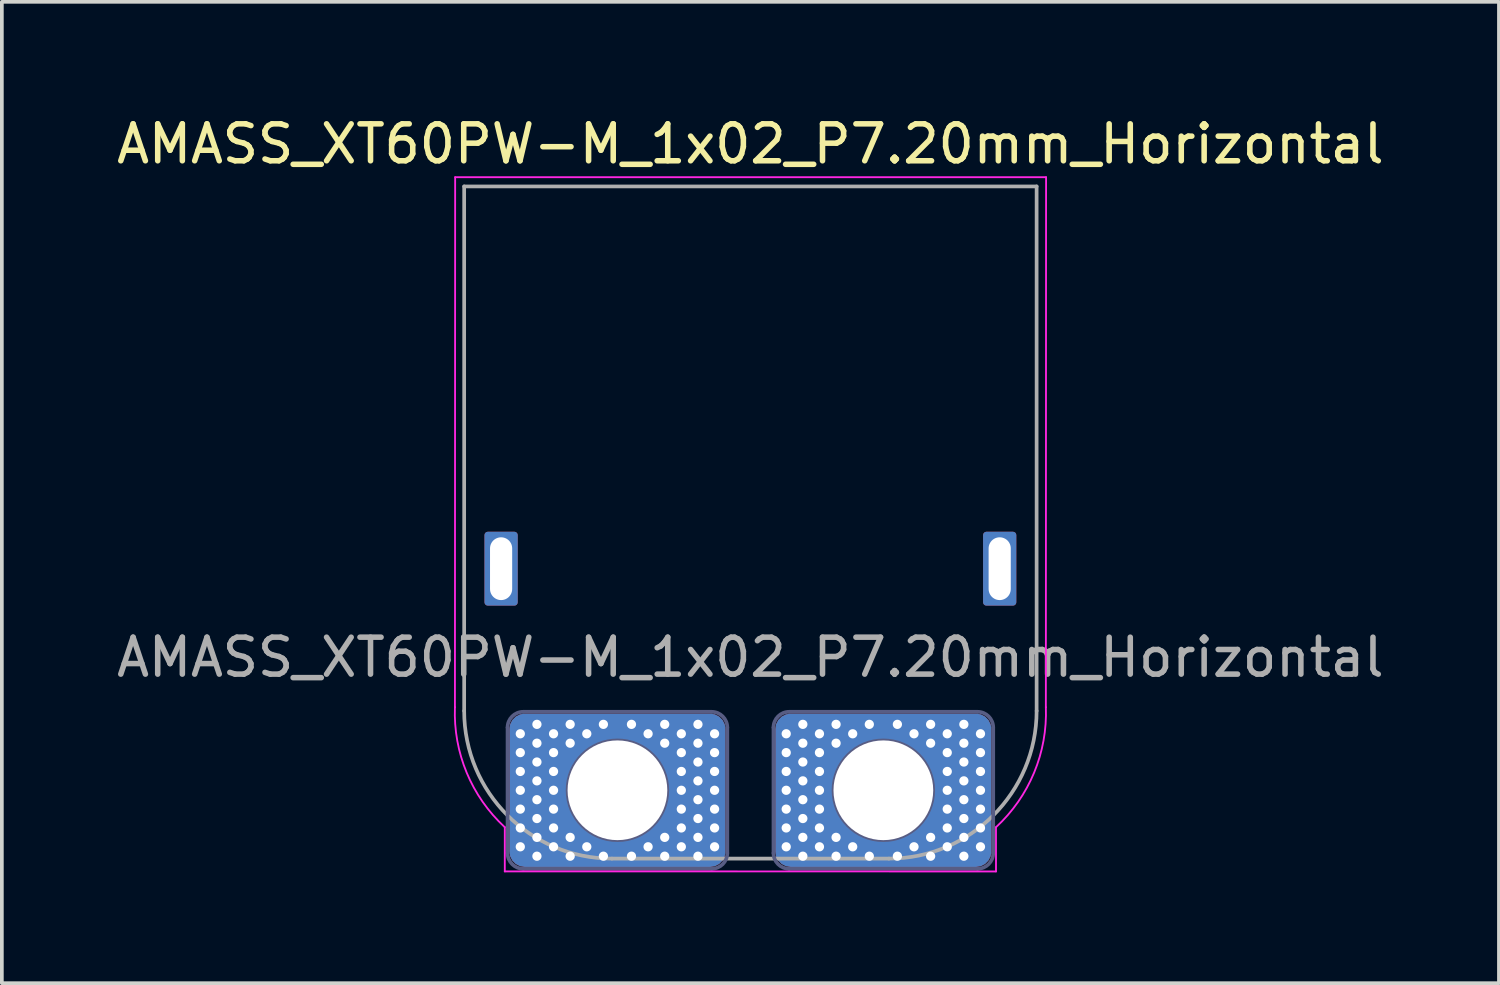
<source format=kicad_pcb>
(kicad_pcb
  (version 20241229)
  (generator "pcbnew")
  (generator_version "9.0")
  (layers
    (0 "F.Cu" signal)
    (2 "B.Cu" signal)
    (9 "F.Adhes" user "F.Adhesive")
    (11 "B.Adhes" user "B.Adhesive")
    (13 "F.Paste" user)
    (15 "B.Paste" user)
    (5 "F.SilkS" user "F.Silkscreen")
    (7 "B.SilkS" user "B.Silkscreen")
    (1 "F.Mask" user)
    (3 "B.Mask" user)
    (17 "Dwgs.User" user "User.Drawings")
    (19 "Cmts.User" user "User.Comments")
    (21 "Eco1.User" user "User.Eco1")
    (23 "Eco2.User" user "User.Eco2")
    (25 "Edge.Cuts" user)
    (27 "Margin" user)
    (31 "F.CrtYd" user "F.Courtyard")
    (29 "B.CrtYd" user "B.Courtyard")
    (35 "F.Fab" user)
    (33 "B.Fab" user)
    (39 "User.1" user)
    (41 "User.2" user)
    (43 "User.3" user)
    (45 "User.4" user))
  (footprint "AMASS_XT60PW-M_1x02_P7.20mm_Horizontal"
    (layer "F.Cu")
    (at 13.668 18.348)
    (property "Reference" "AMASS_XT60PW-M_1x02_P7.20mm_Horizontal" (at 3.6 -17.5 0) (layer "F.SilkS") (effects (font (size 1 1) (thickness 0.15))))
    (attr through_hole)
    (fp_line (start -4.394 -16.6) (end -4.4 -2.25) (stroke (width 0.05) (type solid)) (layer "F.CrtYd"))
    (fp_line (start -4.394 -16.6) (end 11.606 -16.6) (stroke (width 0.05) (type solid)) (layer "F.CrtYd"))
    (fp_line (start -3.05 1) (end -3.05 2.198) (stroke (width 0.05) (type solid)) (layer "F.CrtYd"))
    (fp_line (start 10.25 1) (end 10.25 2.198) (stroke (width 0.05) (type solid)) (layer "F.CrtYd"))
    (fp_line (start 10.25 2.198) (end -3.05 2.196) (stroke (width 0.05) (type solid)) (layer "F.CrtYd"))
    (fp_line (start 11.606 -16.6) (end 11.6 -2.25) (stroke (width 0.05) (type solid)) (layer "F.CrtYd"))
    (fp_arc (start -3.05 1) (mid -4.081743 -0.476815) (end -4.4 -2.25) (stroke (width 0.05) (type solid)) (layer "F.CrtYd"))
    (fp_arc (start 11.6 -2.25) (mid 11.281743 -0.476814) (end 10.25 1) (stroke (width 0.05) (type solid)) (layer "F.CrtYd"))
    (fp_line (start -2.975 1.7) (end -2.975 -1.7) (stroke (width 0.1) (type default)) (layer "B.Fab"))
    (fp_line (start -2.55 -2.125) (end 2.55 -2.125) (stroke (width 0.1) (type default)) (layer "B.Fab"))
    (fp_line (start 2.55 2.125) (end -2.55 2.125) (stroke (width 0.1) (type default)) (layer "B.Fab"))
    (fp_line (start 2.975 -1.7) (end 2.975 1.7) (stroke (width 0.1) (type default)) (layer "B.Fab"))
    (fp_line (start 4.225 1.7) (end 4.225 -1.7) (stroke (width 0.1) (type default)) (layer "B.Fab"))
    (fp_line (start 4.65 -2.125) (end 9.75 -2.125) (stroke (width 0.1) (type default)) (layer "B.Fab"))
    (fp_line (start 9.75 2.125) (end 4.65 2.125) (stroke (width 0.1) (type default)) (layer "B.Fab"))
    (fp_line (start 10.175 -1.7) (end 10.175 1.7) (stroke (width 0.1) (type default)) (layer "B.Fab"))
    (fp_arc (start -2.975 -1.7) (mid -2.85052 -2.00052) (end -2.55 -2.125) (stroke (width 0.1) (type default)) (layer "B.Fab"))
    (fp_arc (start -2.55 2.125) (mid -2.85052 2.00052) (end -2.975 1.7) (stroke (width 0.1) (type default)) (layer "B.Fab"))
    (fp_arc (start 2.55 -2.125) (mid 2.85052 -2.00052) (end 2.975 -1.7) (stroke (width 0.1) (type default)) (layer "B.Fab"))
    (fp_arc (start 2.975 1.7) (mid 2.85052 2.00052) (end 2.55 2.125) (stroke (width 0.1) (type default)) (layer "B.Fab"))
    (fp_arc (start 4.225 -1.7) (mid 4.34948 -2.00052) (end 4.65 -2.125) (stroke (width 0.1) (type default)) (layer "B.Fab"))
    (fp_arc (start 4.65 2.125) (mid 4.34948 2.00052) (end 4.225 1.7) (stroke (width 0.1) (type default)) (layer "B.Fab"))
    (fp_arc (start 9.75 -2.125) (mid 10.05052 -2.00052) (end 10.175 -1.7) (stroke (width 0.1) (type default)) (layer "B.Fab"))
    (fp_arc (start 10.175 1.7) (mid 10.05052 2.00052) (end 9.75 2.125) (stroke (width 0.1) (type default)) (layer "B.Fab"))
    (fp_circle (center 0 0) (end 1.35 0) (stroke (width 0.1) (type default)) (fill no) (layer "B.Fab"))
    (fp_circle (center 7.2 0) (end 8.55 0) (stroke (width 0.1) (type default)) (fill no) (layer "B.Fab"))
    (fp_line (start -4.15 -16.35) (end -4.15 -2.15) (stroke (width 0.1) (type solid)) (layer "F.Fab"))
    (fp_line (start -4.15 -16.35) (end 11.35 -16.35) (stroke (width 0.1) (type solid)) (layer "F.Fab"))
    (fp_line (start -0.15 1.85) (end 7.35 1.85) (stroke (width 0.1) (type solid)) (layer "F.Fab"))
    (fp_line (start 11.35 -16.35) (end 11.35 -2.15) (stroke (width 0.1) (type solid)) (layer "F.Fab"))
    (fp_arc (start -0.15 1.85) (mid -2.978427 0.678427) (end -4.15 -2.15) (stroke (width 0.1) (type solid)) (layer "F.Fab"))
    (fp_arc (start 11.35 -2.15) (mid 10.178427 0.678427) (end 7.35 1.85) (stroke (width 0.1) (type solid)) (layer "F.Fab"))
    (fp_circle (center -0.05 0) (end 0.2 0) (stroke (width 0.1) (type solid)) (fill no) (layer "F.Fab"))
    (fp_text user "${REFERENCE}" (at 3.6 -3.6 0) (layer "F.Fab") (effects (font (size 1 1) (thickness 0.15))))
    (pad "1" thru_hole circle (at -2.63 -1.53 90) (size 0.55 0.55) (drill 0.25) (layers "*.Cu"))
    (pad "1" thru_hole circle (at -2.63 -1.02 90) (size 0.55 0.55) (drill 0.25) (layers "*.Cu"))
    (pad "1" thru_hole circle (at -2.63 -0.51 90) (size 0.55 0.55) (drill 0.25) (layers "*.Cu"))
    (pad "1" thru_hole circle (at -2.63 0 90) (size 0.55 0.55) (drill 0.25) (layers "*.Cu"))
    (pad "1" thru_hole circle (at -2.63 0.51 90) (size 0.55 0.55) (drill 0.25) (layers "*.Cu"))
    (pad "1" thru_hole circle (at -2.63 1.02 90) (size 0.55 0.55) (drill 0.25) (layers "*.Cu"))
    (pad "1" thru_hole circle (at -2.63 1.53 90) (size 0.55 0.55) (drill 0.25) (layers "*.Cu"))
    (pad "1" thru_hole circle (at -2.18 -1.785 90) (size 0.55 0.55) (drill 0.25) (layers "*.Cu"))
    (pad "1" thru_hole circle (at -2.18 -1.275 90) (size 0.55 0.55) (drill 0.25) (layers "*.Cu"))
    (pad "1" thru_hole circle (at -2.18 -0.765 90) (size 0.55 0.55) (drill 0.25) (layers "*.Cu"))
    (pad "1" thru_hole circle (at -2.18 -0.255 90) (size 0.55 0.55) (drill 0.25) (layers "*.Cu"))
    (pad "1" thru_hole circle (at -2.18 0.255 90) (size 0.55 0.55) (drill 0.25) (layers "*.Cu"))
    (pad "1" thru_hole circle (at -2.18 0.765 90) (size 0.55 0.55) (drill 0.25) (layers "*.Cu"))
    (pad "1" thru_hole circle (at -2.18 1.275 90) (size 0.55 0.55) (drill 0.25) (layers "*.Cu"))
    (pad "1" thru_hole circle (at -2.18 1.785 90) (size 0.55 0.55) (drill 0.25) (layers "*.Cu"))
    (pad "1" thru_hole circle (at -1.73 -1.53 90) (size 0.55 0.55) (drill 0.25) (layers "*.Cu"))
    (pad "1" thru_hole circle (at -1.73 -1.02 90) (size 0.55 0.55) (drill 0.25) (layers "*.Cu"))
    (pad "1" thru_hole circle (at -1.73 -0.51 90) (size 0.55 0.55) (drill 0.25) (layers "*.Cu"))
    (pad "1" thru_hole circle (at -1.73 0 90) (size 0.55 0.55) (drill 0.25) (layers "*.Cu"))
    (pad "1" thru_hole circle (at -1.73 0.51 90) (size 0.55 0.55) (drill 0.25) (layers "*.Cu"))
    (pad "1" thru_hole circle (at -1.73 1.02 90) (size 0.55 0.55) (drill 0.25) (layers "*.Cu"))
    (pad "1" thru_hole circle (at -1.73 1.53 90) (size 0.55 0.55) (drill 0.25) (layers "*.Cu"))
    (pad "1" thru_hole circle (at -1.28 -1.785 90) (size 0.55 0.55) (drill 0.25) (layers "*.Cu"))
    (pad "1" thru_hole circle (at -1.28 -1.275 90) (size 0.55 0.55) (drill 0.25) (layers "*.Cu"))
    (pad "1" thru_hole circle (at -1.28 1.275 90) (size 0.55 0.55) (drill 0.25) (layers "*.Cu"))
    (pad "1" thru_hole circle (at -1.28 1.785 90) (size 0.55 0.55) (drill 0.25) (layers "*.Cu"))
    (pad "1" thru_hole circle (at -0.83 -1.53 90) (size 0.55 0.55) (drill 0.25) (layers "*.Cu"))
    (pad "1" thru_hole circle (at -0.83 1.53 90) (size 0.55 0.55) (drill 0.25) (layers "*.Cu"))
    (pad "1" thru_hole circle (at -0.38 -1.785 90) (size 0.55 0.55) (drill 0.25) (layers "*.Cu"))
    (pad "1" thru_hole circle (at -0.38 1.785 90) (size 0.55 0.55) (drill 0.25) (layers "*.Cu"))
    (pad "1" thru_hole roundrect (at 0 0) (size 5.85 4.15) (drill 2.7) (layers "*.Cu" "*.Mask") (roundrect_rratio 0.1))
    (pad "1" thru_hole circle (at 0.38 -1.785 270) (size 0.55 0.55) (drill 0.25) (layers "*.Cu"))
    (pad "1" thru_hole circle (at 0.38 1.785 270) (size 0.55 0.55) (drill 0.25) (layers "*.Cu"))
    (pad "1" thru_hole circle (at 0.83 -1.53 270) (size 0.55 0.55) (drill 0.25) (layers "*.Cu"))
    (pad "1" thru_hole circle (at 0.83 1.53 270) (size 0.55 0.55) (drill 0.25) (layers "*.Cu"))
    (pad "1" thru_hole circle (at 1.28 -1.785 270) (size 0.55 0.55) (drill 0.25) (layers "*.Cu"))
    (pad "1" thru_hole circle (at 1.28 -1.275 270) (size 0.55 0.55) (drill 0.25) (layers "*.Cu"))
    (pad "1" thru_hole circle (at 1.28 1.275 270) (size 0.55 0.55) (drill 0.25) (layers "*.Cu"))
    (pad "1" thru_hole circle (at 1.28 1.785 270) (size 0.55 0.55) (drill 0.25) (layers "*.Cu"))
    (pad "1" thru_hole circle (at 1.73 -1.53 270) (size 0.55 0.55) (drill 0.25) (layers "*.Cu"))
    (pad "1" thru_hole circle (at 1.73 -1.02 270) (size 0.55 0.55) (drill 0.25) (layers "*.Cu"))
    (pad "1" thru_hole circle (at 1.73 -0.51 270) (size 0.55 0.55) (drill 0.25) (layers "*.Cu"))
    (pad "1" thru_hole circle (at 1.73 0 270) (size 0.55 0.55) (drill 0.25) (layers "*.Cu"))
    (pad "1" thru_hole circle (at 1.73 0.51 270) (size 0.55 0.55) (drill 0.25) (layers "*.Cu"))
    (pad "1" thru_hole circle (at 1.73 1.02 270) (size 0.55 0.55) (drill 0.25) (layers "*.Cu"))
    (pad "1" thru_hole circle (at 1.73 1.53 270) (size 0.55 0.55) (drill 0.25) (layers "*.Cu"))
    (pad "1" thru_hole circle (at 2.18 -1.785 270) (size 0.55 0.55) (drill 0.25) (layers "*.Cu"))
    (pad "1" thru_hole circle (at 2.18 -1.275 270) (size 0.55 0.55) (drill 0.25) (layers "*.Cu"))
    (pad "1" thru_hole circle (at 2.18 -0.765 270) (size 0.55 0.55) (drill 0.25) (layers "*.Cu"))
    (pad "1" thru_hole circle (at 2.18 -0.255 270) (size 0.55 0.55) (drill 0.25) (layers "*.Cu"))
    (pad "1" thru_hole circle (at 2.18 0.255 270) (size 0.55 0.55) (drill 0.25) (layers "*.Cu"))
    (pad "1" thru_hole circle (at 2.18 0.765 270) (size 0.55 0.55) (drill 0.25) (layers "*.Cu"))
    (pad "1" thru_hole circle (at 2.18 1.275 270) (size 0.55 0.55) (drill 0.25) (layers "*.Cu"))
    (pad "1" thru_hole circle (at 2.18 1.785 270) (size 0.55 0.55) (drill 0.25) (layers "*.Cu"))
    (pad "1" thru_hole circle (at 2.63 -1.53 270) (size 0.55 0.55) (drill 0.25) (layers "*.Cu"))
    (pad "1" thru_hole circle (at 2.63 -1.02 270) (size 0.55 0.55) (drill 0.25) (layers "*.Cu"))
    (pad "1" thru_hole circle (at 2.63 -0.51 270) (size 0.55 0.55) (drill 0.25) (layers "*.Cu"))
    (pad "1" thru_hole circle (at 2.63 0 270) (size 0.55 0.55) (drill 0.25) (layers "*.Cu"))
    (pad "1" thru_hole circle (at 2.63 0.51 270) (size 0.55 0.55) (drill 0.25) (layers "*.Cu"))
    (pad "1" thru_hole circle (at 2.63 1.02 270) (size 0.55 0.55) (drill 0.25) (layers "*.Cu"))
    (pad "1" thru_hole circle (at 2.63 1.53 270) (size 0.55 0.55) (drill 0.25) (layers "*.Cu"))
    (pad "2" thru_hole circle (at 4.57 -1.53 90) (size 0.55 0.55) (drill 0.25) (layers "*.Cu"))
    (pad "2" thru_hole circle (at 4.57 -1.02 90) (size 0.55 0.55) (drill 0.25) (layers "*.Cu"))
    (pad "2" thru_hole circle (at 4.57 -0.51 90) (size 0.55 0.55) (drill 0.25) (layers "*.Cu"))
    (pad "2" thru_hole circle (at 4.57 0 90) (size 0.55 0.55) (drill 0.25) (layers "*.Cu"))
    (pad "2" thru_hole circle (at 4.57 0.51 90) (size 0.55 0.55) (drill 0.25) (layers "*.Cu"))
    (pad "2" thru_hole circle (at 4.57 1.02 90) (size 0.55 0.55) (drill 0.25) (layers "*.Cu"))
    (pad "2" thru_hole circle (at 4.57 1.53 90) (size 0.55 0.55) (drill 0.25) (layers "*.Cu"))
    (pad "2" thru_hole circle (at 5.02 -1.785 90) (size 0.55 0.55) (drill 0.25) (layers "*.Cu"))
    (pad "2" thru_hole circle (at 5.02 -1.275 90) (size 0.55 0.55) (drill 0.25) (layers "*.Cu"))
    (pad "2" thru_hole circle (at 5.02 -0.765 90) (size 0.55 0.55) (drill 0.25) (layers "*.Cu"))
    (pad "2" thru_hole circle (at 5.02 -0.255 90) (size 0.55 0.55) (drill 0.25) (layers "*.Cu"))
    (pad "2" thru_hole circle (at 5.02 0.255 90) (size 0.55 0.55) (drill 0.25) (layers "*.Cu"))
    (pad "2" thru_hole circle (at 5.02 0.765 90) (size 0.55 0.55) (drill 0.25) (layers "*.Cu"))
    (pad "2" thru_hole circle (at 5.02 1.275 90) (size 0.55 0.55) (drill 0.25) (layers "*.Cu"))
    (pad "2" thru_hole circle (at 5.02 1.785 90) (size 0.55 0.55) (drill 0.25) (layers "*.Cu"))
    (pad "2" thru_hole circle (at 5.47 -1.53 90) (size 0.55 0.55) (drill 0.25) (layers "*.Cu"))
    (pad "2" thru_hole circle (at 5.47 -1.02 90) (size 0.55 0.55) (drill 0.25) (layers "*.Cu"))
    (pad "2" thru_hole circle (at 5.47 -0.51 90) (size 0.55 0.55) (drill 0.25) (layers "*.Cu"))
    (pad "2" thru_hole circle (at 5.47 0 90) (size 0.55 0.55) (drill 0.25) (layers "*.Cu"))
    (pad "2" thru_hole circle (at 5.47 0.51 90) (size 0.55 0.55) (drill 0.25) (layers "*.Cu"))
    (pad "2" thru_hole circle (at 5.47 1.02 90) (size 0.55 0.55) (drill 0.25) (layers "*.Cu"))
    (pad "2" thru_hole circle (at 5.47 1.53 90) (size 0.55 0.55) (drill 0.25) (layers "*.Cu"))
    (pad "2" thru_hole circle (at 5.92 -1.785 90) (size 0.55 0.55) (drill 0.25) (layers "*.Cu"))
    (pad "2" thru_hole circle (at 5.92 -1.275 90) (size 0.55 0.55) (drill 0.25) (layers "*.Cu"))
    (pad "2" thru_hole circle (at 5.92 1.275 90) (size 0.55 0.55) (drill 0.25) (layers "*.Cu"))
    (pad "2" thru_hole circle (at 5.92 1.785 90) (size 0.55 0.55) (drill 0.25) (layers "*.Cu"))
    (pad "2" thru_hole circle (at 6.37 -1.53 90) (size 0.55 0.55) (drill 0.25) (layers "*.Cu"))
    (pad "2" thru_hole circle (at 6.37 1.53 90) (size 0.55 0.55) (drill 0.25) (layers "*.Cu"))
    (pad "2" thru_hole circle (at 6.82 -1.785 90) (size 0.55 0.55) (drill 0.25) (layers "*.Cu"))
    (pad "2" thru_hole circle (at 6.82 1.785 90) (size 0.55 0.55) (drill 0.25) (layers "*.Cu"))
    (pad "2" thru_hole roundrect (at 7.2 0) (size 5.85 4.15) (drill 2.7) (layers "*.Cu" "*.Mask") (roundrect_rratio 0.1))
    (pad "2" thru_hole circle (at 7.58 -1.785 270) (size 0.55 0.55) (drill 0.25) (layers "*.Cu"))
    (pad "2" thru_hole circle (at 7.58 1.785 270) (size 0.55 0.55) (drill 0.25) (layers "*.Cu"))
    (pad "2" thru_hole circle (at 8.03 -1.53 270) (size 0.55 0.55) (drill 0.25) (layers "*.Cu"))
    (pad "2" thru_hole circle (at 8.03 1.53 270) (size 0.55 0.55) (drill 0.25) (layers "*.Cu"))
    (pad "2" thru_hole circle (at 8.48 -1.785 270) (size 0.55 0.55) (drill 0.25) (layers "*.Cu"))
    (pad "2" thru_hole circle (at 8.48 -1.275 270) (size 0.55 0.55) (drill 0.25) (layers "*.Cu"))
    (pad "2" thru_hole circle (at 8.48 1.275 270) (size 0.55 0.55) (drill 0.25) (layers "*.Cu"))
    (pad "2" thru_hole circle (at 8.48 1.785 270) (size 0.55 0.55) (drill 0.25) (layers "*.Cu"))
    (pad "2" thru_hole circle (at 8.93 -1.53 270) (size 0.55 0.55) (drill 0.25) (layers "*.Cu"))
    (pad "2" thru_hole circle (at 8.93 -1.02 270) (size 0.55 0.55) (drill 0.25) (layers "*.Cu"))
    (pad "2" thru_hole circle (at 8.93 -0.51 270) (size 0.55 0.55) (drill 0.25) (layers "*.Cu"))
    (pad "2" thru_hole circle (at 8.93 0 270) (size 0.55 0.55) (drill 0.25) (layers "*.Cu"))
    (pad "2" thru_hole circle (at 8.93 0.51 270) (size 0.55 0.55) (drill 0.25) (layers "*.Cu"))
    (pad "2" thru_hole circle (at 8.93 1.02 270) (size 0.55 0.55) (drill 0.25) (layers "*.Cu"))
    (pad "2" thru_hole circle (at 8.93 1.53 270) (size 0.55 0.55) (drill 0.25) (layers "*.Cu"))
    (pad "2" thru_hole circle (at 9.38 -1.785 270) (size 0.55 0.55) (drill 0.25) (layers "*.Cu"))
    (pad "2" thru_hole circle (at 9.38 -1.275 270) (size 0.55 0.55) (drill 0.25) (layers "*.Cu"))
    (pad "2" thru_hole circle (at 9.38 -0.765 270) (size 0.55 0.55) (drill 0.25) (layers "*.Cu"))
    (pad "2" thru_hole circle (at 9.38 -0.255 270) (size 0.55 0.55) (drill 0.25) (layers "*.Cu"))
    (pad "2" thru_hole circle (at 9.38 0.255 270) (size 0.55 0.55) (drill 0.25) (layers "*.Cu"))
    (pad "2" thru_hole circle (at 9.38 0.765 270) (size 0.55 0.55) (drill 0.25) (layers "*.Cu"))
    (pad "2" thru_hole circle (at 9.38 1.275 270) (size 0.55 0.55) (drill 0.25) (layers "*.Cu"))
    (pad "2" thru_hole circle (at 9.38 1.785 270) (size 0.55 0.55) (drill 0.25) (layers "*.Cu"))
    (pad "2" thru_hole circle (at 9.83 -1.53 270) (size 0.55 0.55) (drill 0.25) (layers "*.Cu"))
    (pad "2" thru_hole circle (at 9.83 -1.02 270) (size 0.55 0.55) (drill 0.25) (layers "*.Cu"))
    (pad "2" thru_hole circle (at 9.83 -0.51 270) (size 0.55 0.55) (drill 0.25) (layers "*.Cu"))
    (pad "2" thru_hole circle (at 9.83 0 270) (size 0.55 0.55) (drill 0.25) (layers "*.Cu"))
    (pad "2" thru_hole circle (at 9.83 0.51 270) (size 0.55 0.55) (drill 0.25) (layers "*.Cu"))
    (pad "2" thru_hole circle (at 9.83 1.02 270) (size 0.55 0.55) (drill 0.25) (layers "*.Cu"))
    (pad "2" thru_hole circle (at 9.83 1.53 270) (size 0.55 0.55) (drill 0.25) (layers "*.Cu"))
    (pad "MP" thru_hole roundrect (at -3.15 -6) (size 0.9 2) (drill oval 0.6 1.7) (layers "*.Cu" "*.Mask") (roundrect_rratio 0.1))
    (pad "MP" thru_hole roundrect (at 10.35 -6) (size 0.9 2) (drill oval 0.6 1.7) (layers "*.Cu" "*.Mask") (roundrect_rratio 0.1)))
  (gr_rect
    (start -3 -3)
    (end 37.536 23.571)
    (stroke (width 0.1) (type default))
    (fill no)
    (layer "Edge.Cuts")))
</source>
